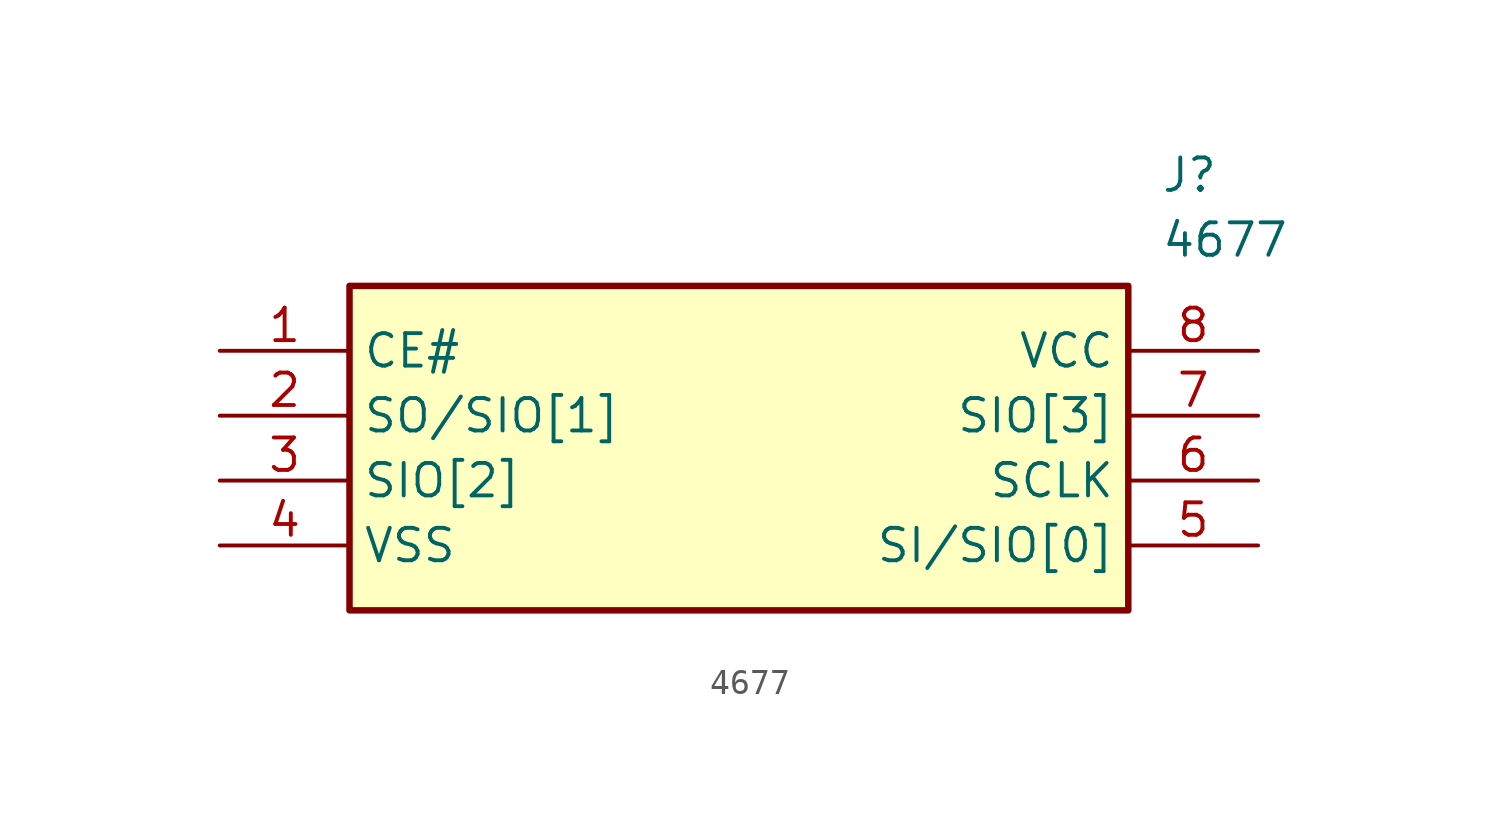
<source format=kicad_sym>
(kicad_symbol_lib
  (version 20211014)
  (generator SamacSys_ECAD_Model)
  (symbol "4677"
    (property "Reference" "J"
      (at 36.83 7.62 0)
      (effects (font (size 1.27 1.27)) (justify left top)))
    (property "Value" "4677"
      (at 36.83 5.08 0)
      (effects (font (size 1.27 1.27)) (justify left top)))
    (rectangle
      (start 5.08 2.54)
      (end 35.56 -10.16)
      (stroke (width 0.254) (type default))
      (fill (type background)))
    (pin passive line
      (at 0 0 0)
      (length 5.08)
      (name "CE#" (effects (font (size 1.27 1.27))))
      (number "1" (effects (font (size 1.27 1.27)))))
    (pin passive line
      (at 0 -2.54 0)
      (length 5.08)
      (name "SO/SIO[1]" (effects (font (size 1.27 1.27))))
      (number "2" (effects (font (size 1.27 1.27)))))
    (pin passive line
      (at 0 -5.08 0)
      (length 5.08)
      (name "SIO[2]" (effects (font (size 1.27 1.27))))
      (number "3" (effects (font (size 1.27 1.27)))))
    (pin passive line
      (at 0 -7.62 0)
      (length 5.08)
      (name "VSS" (effects (font (size 1.27 1.27))))
      (number "4" (effects (font (size 1.27 1.27)))))
    (pin passive line
      (at 40.64 0 180)
      (length 5.08)
      (name "VCC" (effects (font (size 1.27 1.27))))
      (number "8" (effects (font (size 1.27 1.27)))))
    (pin passive line
      (at 40.64 -2.54 180)
      (length 5.08)
      (name "SIO[3]" (effects (font (size 1.27 1.27))))
      (number "7" (effects (font (size 1.27 1.27)))))
    (pin passive line
      (at 40.64 -5.08 180)
      (length 5.08)
      (name "SCLK" (effects (font (size 1.27 1.27))))
      (number "6" (effects (font (size 1.27 1.27)))))
    (pin passive line
      (at 40.64 -7.62 180)
      (length 5.08)
      (name "SI/SIO[0]" (effects (font (size 1.27 1.27))))
      (number "5" (effects (font (size 1.27 1.27)))))))
</source>
